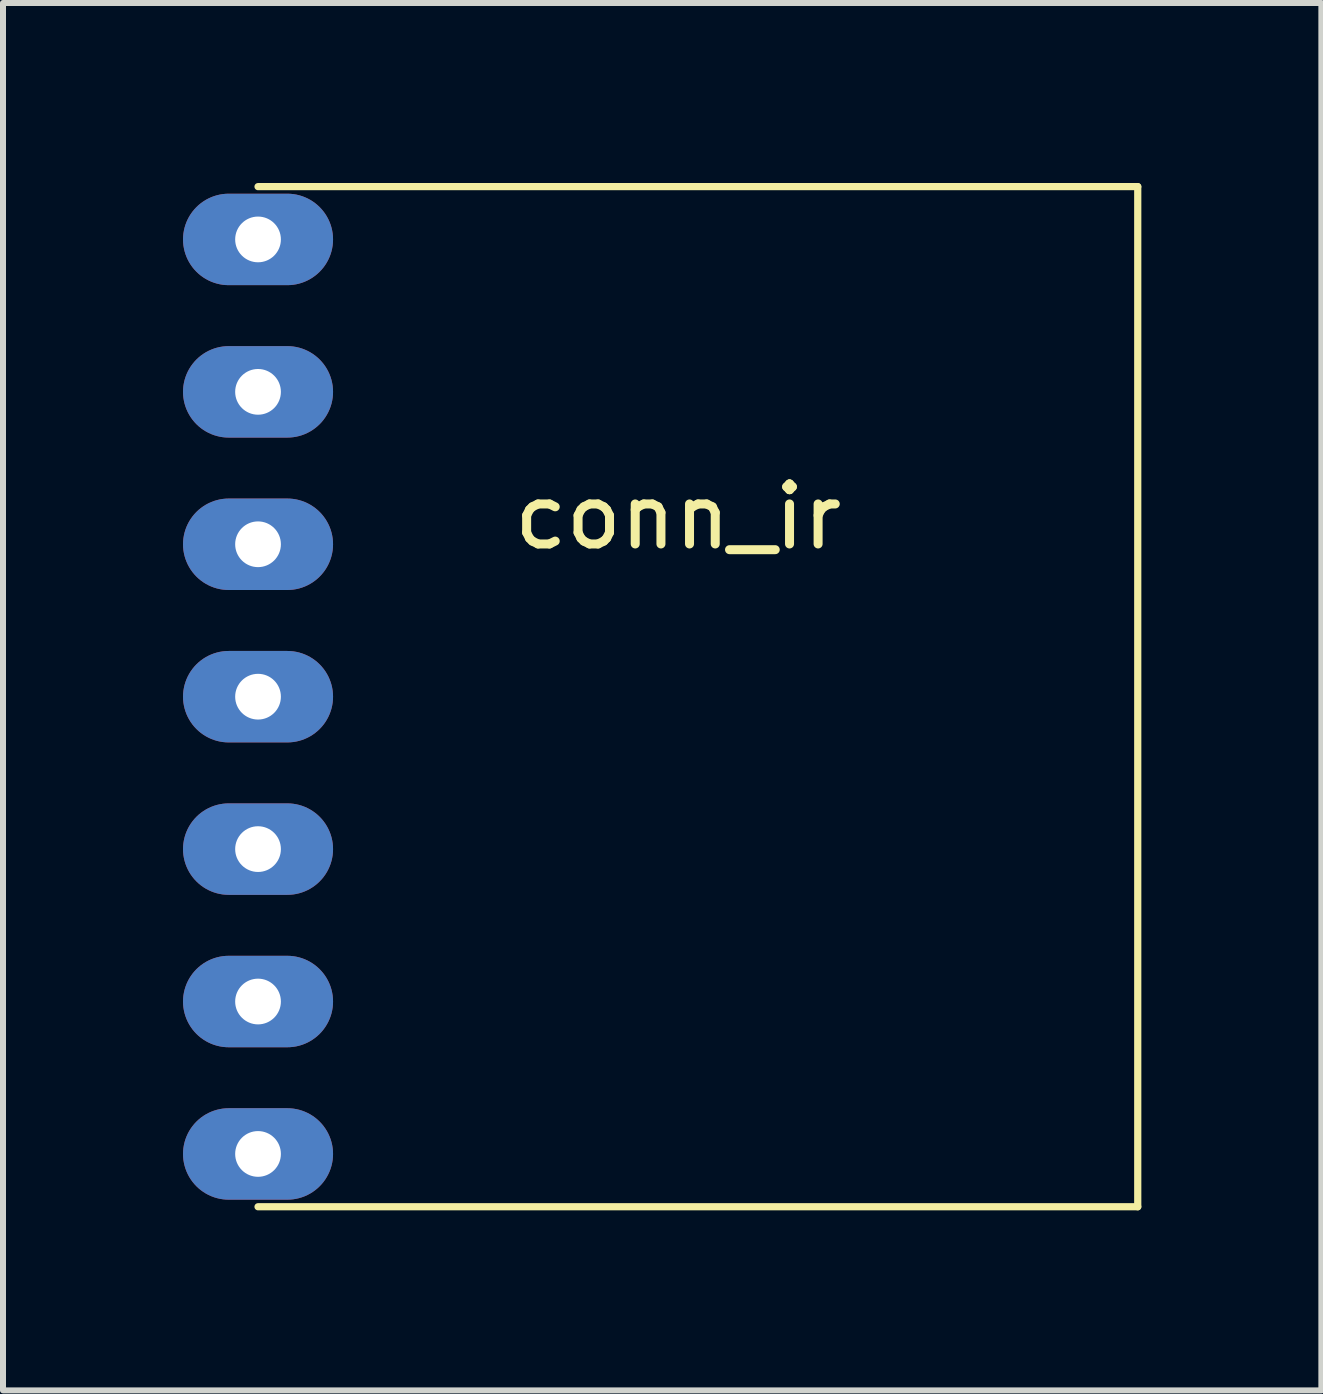
<source format=kicad_pcb>
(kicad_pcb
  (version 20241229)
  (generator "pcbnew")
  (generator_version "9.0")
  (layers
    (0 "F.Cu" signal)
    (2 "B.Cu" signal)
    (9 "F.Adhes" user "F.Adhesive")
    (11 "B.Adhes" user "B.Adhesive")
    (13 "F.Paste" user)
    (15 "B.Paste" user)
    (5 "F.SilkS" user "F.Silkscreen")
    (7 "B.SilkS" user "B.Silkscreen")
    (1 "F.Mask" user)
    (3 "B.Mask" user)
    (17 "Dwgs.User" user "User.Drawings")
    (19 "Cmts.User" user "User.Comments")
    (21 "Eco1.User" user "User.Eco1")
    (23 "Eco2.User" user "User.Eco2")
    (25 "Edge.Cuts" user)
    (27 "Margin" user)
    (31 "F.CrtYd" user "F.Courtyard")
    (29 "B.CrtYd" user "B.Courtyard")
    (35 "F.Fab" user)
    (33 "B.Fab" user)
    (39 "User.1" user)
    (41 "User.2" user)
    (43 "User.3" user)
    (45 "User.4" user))
  (footprint "conn_ir"
    (layer "F.Cu")
    (at 1.25 8.56)
    (property "Reference" "conn_ir" (at 7 -3 0) (layer "F.SilkS") (effects (font (size 1 1) (thickness 0.15))))
    (attr through_hole)
    (fp_line (start 0 8.5) (end 14.66 8.5) (stroke (width 0.12) (type solid)) (layer "F.SilkS"))
    (fp_line (start 14.66 -8.5) (end 0 -8.5) (stroke (width 0.12) (type solid)) (layer "F.SilkS"))
    (fp_line (start 14.66 -8.5) (end 14.66 8.5) (stroke (width 0.12) (type solid)) (layer "F.SilkS"))
    (pad "1" thru_hole oval (at 0 -7.62) (size 2.5 1.524) (drill 0.762) (layers "*.Cu" "*.Mask"))
    (pad "2" thru_hole oval (at 0 -5.08) (size 2.5 1.524) (drill 0.762) (layers "*.Cu" "*.Mask"))
    (pad "3" thru_hole oval (at 0 -2.54) (size 2.5 1.524) (drill 0.762) (layers "*.Cu" "*.Mask"))
    (pad "4" thru_hole oval (at 0 0) (size 2.5 1.524) (drill 0.762) (layers "*.Cu" "*.Mask"))
    (pad "5" thru_hole oval (at 0 2.54) (size 2.5 1.524) (drill 0.762) (layers "*.Cu" "*.Mask"))
    (pad "6" thru_hole oval (at 0 5.08) (size 2.5 1.524) (drill 0.762) (layers "*.Cu" "*.Mask"))
    (pad "7" thru_hole oval (at 0 7.62) (size 2.5 1.524) (drill 0.762) (layers "*.Cu" "*.Mask")))
  (gr_rect
    (start -3 -3)
    (end 18.97 20.12)
    (stroke (width 0.1) (type default))
    (fill no)
    (layer "Edge.Cuts")))
</source>
